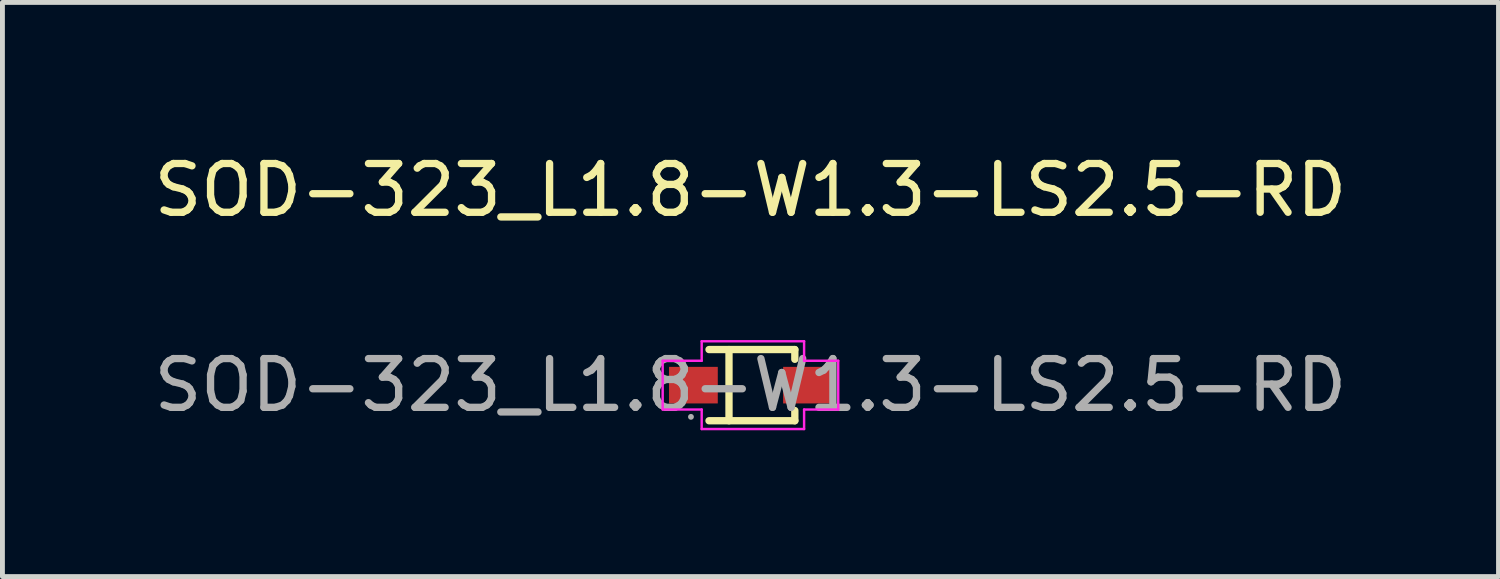
<source format=kicad_pcb>
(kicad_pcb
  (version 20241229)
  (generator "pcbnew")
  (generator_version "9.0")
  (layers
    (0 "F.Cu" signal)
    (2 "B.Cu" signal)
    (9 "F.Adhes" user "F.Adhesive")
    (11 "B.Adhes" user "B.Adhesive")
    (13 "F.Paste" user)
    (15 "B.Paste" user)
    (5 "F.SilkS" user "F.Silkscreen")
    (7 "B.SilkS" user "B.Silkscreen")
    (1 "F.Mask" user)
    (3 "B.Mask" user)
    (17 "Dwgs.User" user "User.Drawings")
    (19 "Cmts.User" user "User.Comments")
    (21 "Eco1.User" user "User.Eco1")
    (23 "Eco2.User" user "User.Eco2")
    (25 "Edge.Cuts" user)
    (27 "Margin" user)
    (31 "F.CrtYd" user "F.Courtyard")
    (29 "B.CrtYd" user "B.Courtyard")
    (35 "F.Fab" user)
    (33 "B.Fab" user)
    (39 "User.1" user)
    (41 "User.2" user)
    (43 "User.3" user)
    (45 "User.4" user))
  (footprint "SOD-323_L1.8-W1.3-LS2.5-RD"
    (layer "F.Cu")
    (at 12.339 4.848)
    (property "Reference" "SOD-323_L1.8-W1.3-LS2.5-RD" (at 0 -4 0) (layer "F.SilkS") (effects (font (size 1 1) (thickness 0.15))))
    (attr smd)
    (fp_line (start -0.85 -0.73) (end 0.91 -0.73) (stroke (width 0.15) (type solid)) (layer "F.SilkS"))
    (fp_line (start -0.85 0.73) (end 0.91 0.73) (stroke (width 0.15) (type solid)) (layer "F.SilkS"))
    (fp_line (start -0.44 -0.73) (end -0.44 0.73) (stroke (width 0.15) (type solid)) (layer "F.SilkS"))
    (fp_line (start 0.91 -0.73) (end 0.91 -0.53) (stroke (width 0.15) (type solid)) (layer "F.SilkS"))
    (fp_line (start 0.91 0.73) (end 0.91 0.52) (stroke (width 0.15) (type solid)) (layer "F.SilkS"))
    (fp_line (start -1.8 -0.5) (end -1 -0.5) (stroke (width 0.05) (type default)) (layer "F.CrtYd"))
    (fp_line (start -1.8 0.5) (end -1.8 -0.5) (stroke (width 0.05) (type default)) (layer "F.CrtYd"))
    (fp_line (start -1 -0.9) (end 1.1 -0.9) (stroke (width 0.05) (type default)) (layer "F.CrtYd"))
    (fp_line (start -1 -0.5) (end -1 -0.9) (stroke (width 0.05) (type default)) (layer "F.CrtYd"))
    (fp_line (start -1 0.5) (end -1.8 0.5) (stroke (width 0.05) (type default)) (layer "F.CrtYd"))
    (fp_line (start -1 0.9) (end -1 0.5) (stroke (width 0.05) (type default)) (layer "F.CrtYd"))
    (fp_line (start 1.1 -0.9) (end 1.1 -0.5) (stroke (width 0.05) (type default)) (layer "F.CrtYd"))
    (fp_line (start 1.1 -0.5) (end 1.8 -0.5) (stroke (width 0.05) (type default)) (layer "F.CrtYd"))
    (fp_line (start 1.1 0.5) (end 1.1 0.9) (stroke (width 0.05) (type default)) (layer "F.CrtYd"))
    (fp_line (start 1.1 0.9) (end -1 0.9) (stroke (width 0.05) (type default)) (layer "F.CrtYd"))
    (fp_line (start 1.8 -0.5) (end 1.8 0.5) (stroke (width 0.05) (type default)) (layer "F.CrtYd"))
    (fp_line (start 1.8 0.5) (end 1.1 0.5) (stroke (width 0.05) (type default)) (layer "F.CrtYd"))
    (fp_circle (center -1.22 0.65) (end -1.19 0.65) (stroke (width 0.06) (type solid)) (fill no) (layer "F.Fab"))
    (fp_text user "${REFERENCE}" (at 0 0 0) (layer "F.Fab") (effects (font (size 1 1) (thickness 0.15))))
    (pad "1" smd rect (at -1.17 0) (size 1 0.75) (layers "F.Cu" "F.Mask" "F.Paste"))
    (pad "2" smd rect (at 1.17 0) (size 1 0.75) (layers "F.Cu" "F.Mask" "F.Paste")))
  (gr_rect
    (start -3 -3)
    (end 27.679 8.773)
    (stroke (width 0.1) (type default))
    (fill no)
    (layer "Edge.Cuts")))
</source>
